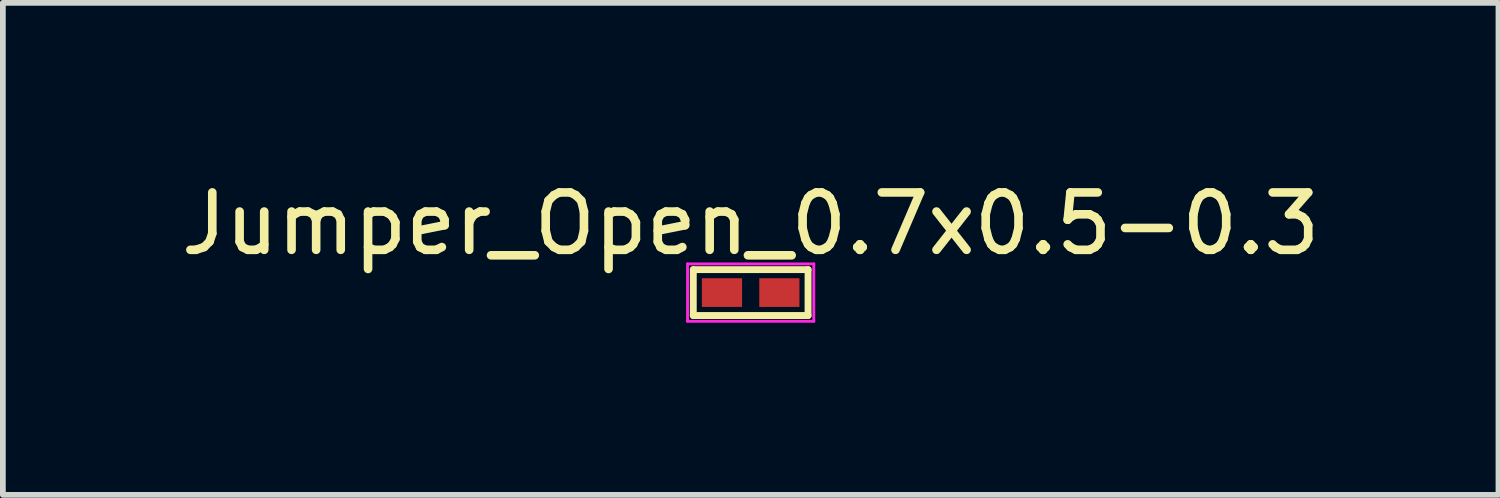
<source format=kicad_pcb>
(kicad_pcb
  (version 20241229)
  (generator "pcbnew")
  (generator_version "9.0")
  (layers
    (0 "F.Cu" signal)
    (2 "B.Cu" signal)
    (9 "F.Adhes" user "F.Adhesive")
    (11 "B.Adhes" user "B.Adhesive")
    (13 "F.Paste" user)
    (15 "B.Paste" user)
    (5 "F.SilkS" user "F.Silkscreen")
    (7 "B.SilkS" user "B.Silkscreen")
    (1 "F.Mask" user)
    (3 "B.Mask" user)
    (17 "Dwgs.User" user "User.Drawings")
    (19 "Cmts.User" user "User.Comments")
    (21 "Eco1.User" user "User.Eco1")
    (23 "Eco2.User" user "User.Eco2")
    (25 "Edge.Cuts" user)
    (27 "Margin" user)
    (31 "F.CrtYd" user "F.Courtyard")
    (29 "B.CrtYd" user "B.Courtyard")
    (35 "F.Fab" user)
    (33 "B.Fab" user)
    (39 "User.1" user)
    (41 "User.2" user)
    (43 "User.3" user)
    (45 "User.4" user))
  (footprint "Jumper_Open_0.7x0.5-0.3"
    (layer "F.Cu")
    (at 10.03 2.048)
    (property "Reference" "Jumper_Open_0.7x0.5-0.3" (at 0 -1.2 0) (layer "F.SilkS") (effects (font (size 1 1) (thickness 0.15))))
    (attr exclude_from_pos_files)
    (fp_line (start -1 -0.4) (end 1 -0.4) (stroke (width 0.12) (type solid)) (layer "F.SilkS"))
    (fp_line (start -1 0.4) (end -1 -0.4) (stroke (width 0.12) (type solid)) (layer "F.SilkS"))
    (fp_line (start 1 -0.4) (end 1 0.4) (stroke (width 0.12) (type solid)) (layer "F.SilkS"))
    (fp_line (start 1 0.4) (end -1 0.4) (stroke (width 0.12) (type solid)) (layer "F.SilkS"))
    (fp_line (start -1.1 -0.5) (end -1.1 0.5) (stroke (width 0.05) (type solid)) (layer "F.CrtYd"))
    (fp_line (start -1.1 -0.5) (end 1.1 -0.5) (stroke (width 0.05) (type solid)) (layer "F.CrtYd"))
    (fp_line (start 1.1 0.5) (end -1.1 0.5) (stroke (width 0.05) (type solid)) (layer "F.CrtYd"))
    (fp_line (start 1.1 0.5) (end 1.1 -0.5) (stroke (width 0.05) (type solid)) (layer "F.CrtYd"))
    (pad "1" smd custom (at -0.5 0) (size 0.7 0.5) (layers "F.Cu" "F.Mask") (options (anchor rect)) (primitives))
    (pad "2" smd custom (at 0.5 0) (size 0.7 0.5) (layers "F.Cu" "F.Mask") (options (anchor rect)) (primitives)))
  (gr_rect
    (start -3 -3)
    (end 23.06 5.573)
    (stroke (width 0.1) (type default))
    (fill no)
    (layer "Edge.Cuts")))
</source>
